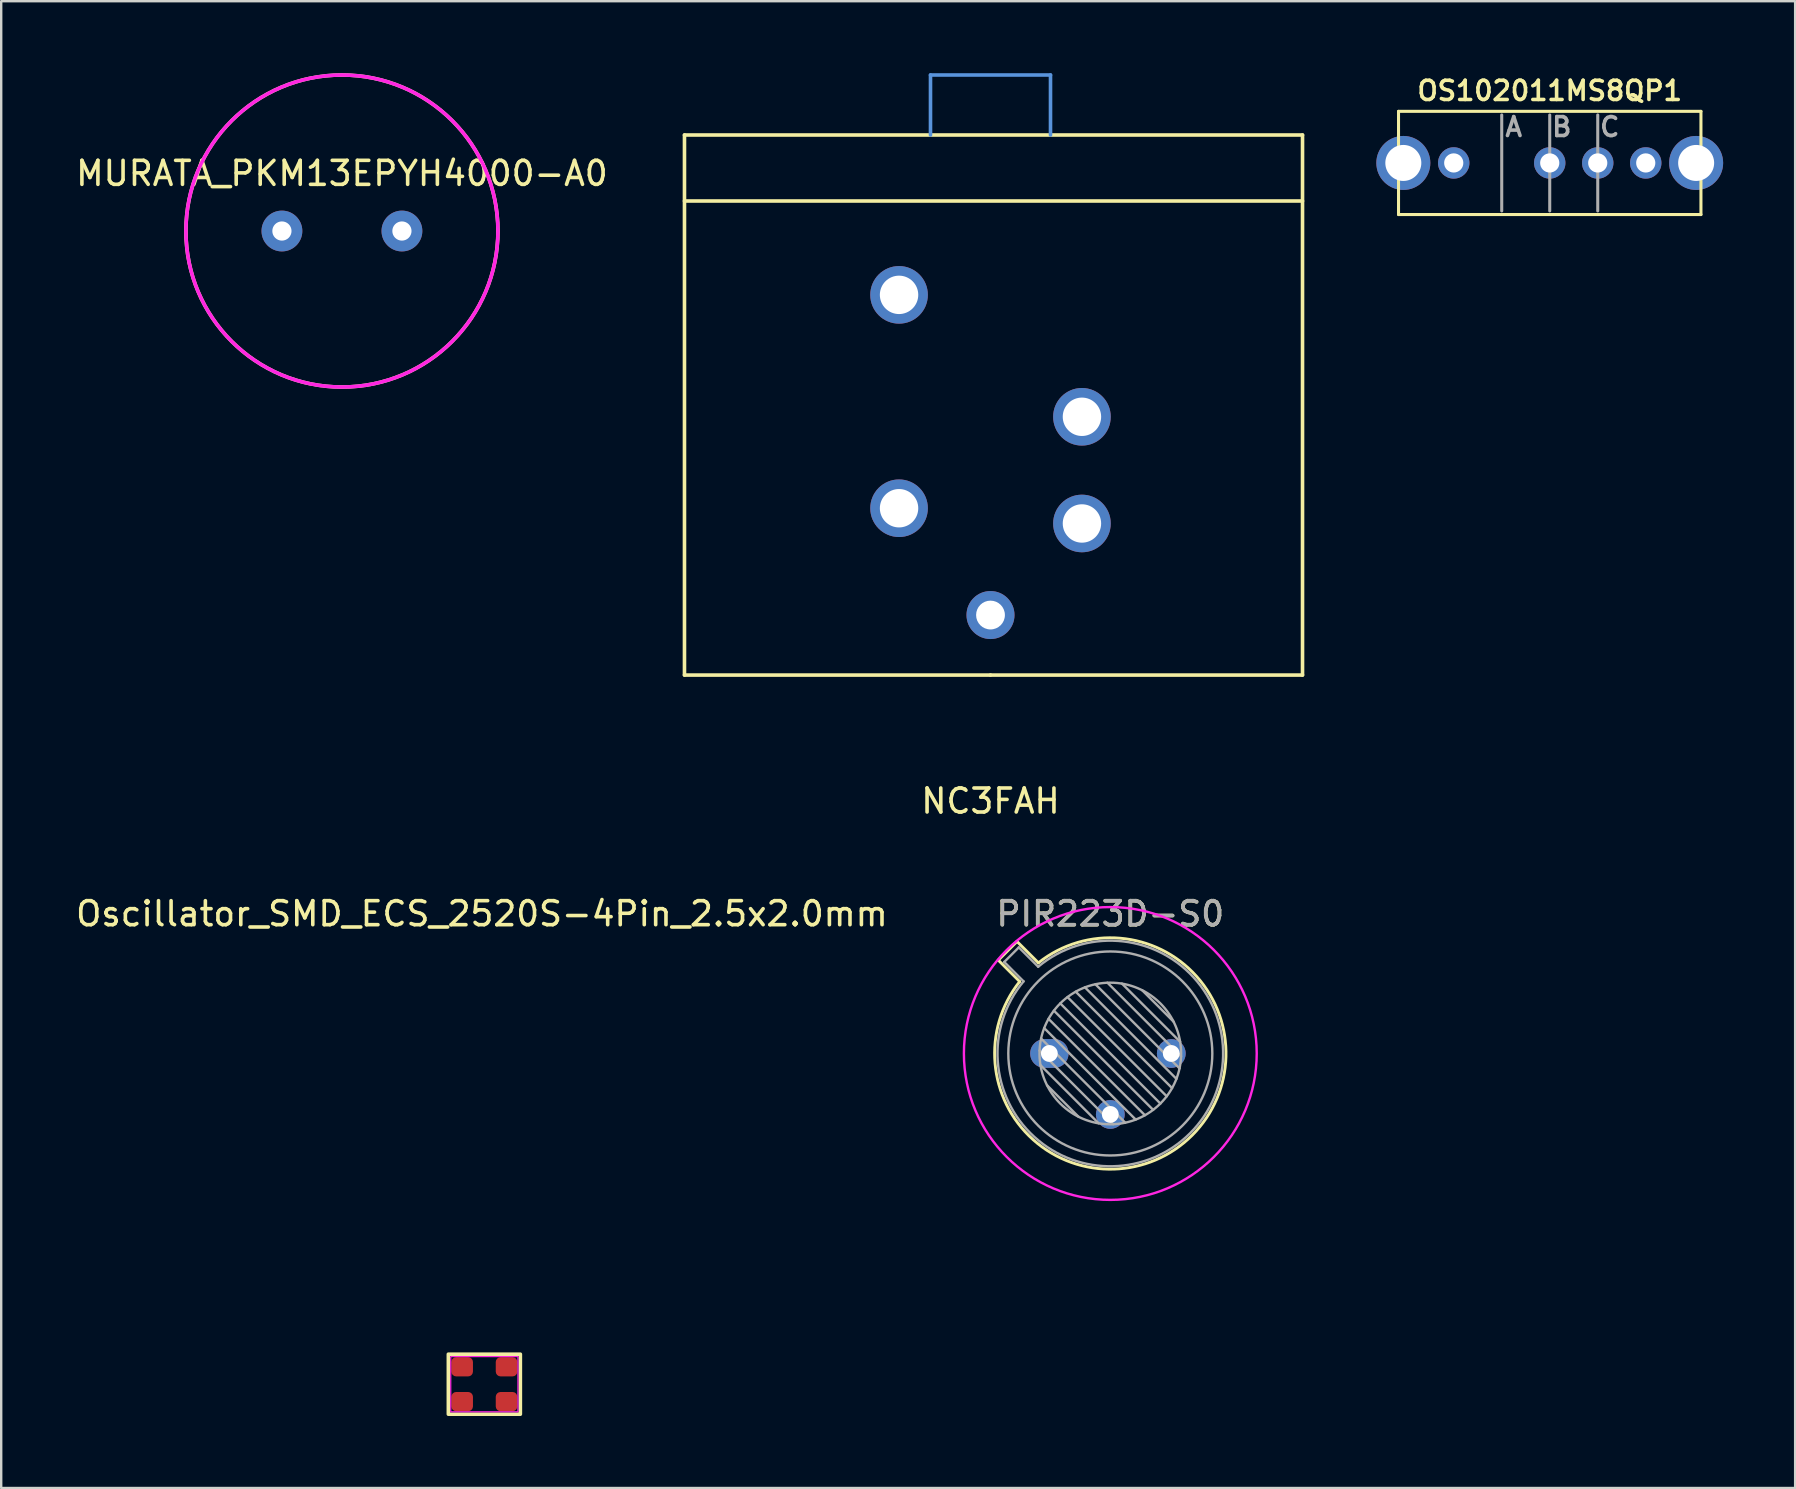
<source format=kicad_pcb>
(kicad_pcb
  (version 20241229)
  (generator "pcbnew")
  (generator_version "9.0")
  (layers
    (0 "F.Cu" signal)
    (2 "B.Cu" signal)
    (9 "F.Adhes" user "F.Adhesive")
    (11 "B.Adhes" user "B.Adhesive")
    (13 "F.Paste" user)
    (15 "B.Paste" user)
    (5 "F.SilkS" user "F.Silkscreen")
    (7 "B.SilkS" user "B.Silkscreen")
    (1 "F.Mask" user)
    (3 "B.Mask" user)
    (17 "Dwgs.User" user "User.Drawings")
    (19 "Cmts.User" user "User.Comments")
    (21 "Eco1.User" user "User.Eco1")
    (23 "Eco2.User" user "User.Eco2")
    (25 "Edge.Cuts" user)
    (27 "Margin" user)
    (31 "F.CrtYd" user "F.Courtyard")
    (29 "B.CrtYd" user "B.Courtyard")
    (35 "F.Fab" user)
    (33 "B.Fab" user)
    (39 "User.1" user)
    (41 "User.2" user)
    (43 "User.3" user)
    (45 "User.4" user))
  (footprint "PIR223D-S0"
    (layer "F.Cu")
    (at 40.67 40.842)
    (property "Reference" "PIR223D-S0" (at 2.54 -5.82 0) (layer "F.SilkS") (effects (font (size 1 1) (thickness 0.15))))
    (attr through_hole)
    (fp_line (start -2.126 -3.888) (end -1.235 -2.997) (stroke (width 0.12) (type solid)) (layer "F.SilkS"))
    (fp_line (start -1.348 -4.666) (end -2.126 -3.888) (stroke (width 0.12) (type solid)) (layer "F.SilkS"))
    (fp_line (start -0.457 -3.775) (end -1.348 -4.666) (stroke (width 0.12) (type solid)) (layer "F.SilkS"))
    (fp_arc (start -0.457084 -3.774902) (mid 5.948125 3.408384) (end -1.234674 -2.997371) (stroke (width 0.12) (type solid)) (layer "F.SilkS"))
    (fp_circle (center 2.54 0) (end 8.64 0) (stroke (width 0.1) (type solid)) (fill no) (layer "F.CrtYd"))
    (fp_line (start -1.88 -3.812) (end -1.074 -3.005) (stroke (width 0.1) (type solid)) (layer "F.Fab"))
    (fp_line (start -1.272 -4.42) (end -1.88 -3.812) (stroke (width 0.1) (type solid)) (layer "F.Fab"))
    (fp_line (start -0.465 -3.614) (end -1.272 -4.42) (stroke (width 0.1) (type solid)) (layer "F.Fab"))
    (fp_line (start -0.408 -0.12) (end 2.66 2.948) (stroke (width 0.1) (type solid)) (layer "F.Fab"))
    (fp_line (start -0.371 0.485) (end 2.055 2.911) (stroke (width 0.1) (type solid)) (layer "F.Fab"))
    (fp_line (start -0.344 -0.622) (end 3.162 2.884) (stroke (width 0.1) (type solid)) (layer "F.Fab"))
    (fp_line (start -0.215 -1.058) (end 3.598 2.755) (stroke (width 0.1) (type solid)) (layer "F.Fab"))
    (fp_line (start -0.097 1.324) (end 1.216 2.637) (stroke (width 0.1) (type solid)) (layer "F.Fab"))
    (fp_line (start -0.034 -1.443) (end 3.983 2.574) (stroke (width 0.1) (type solid)) (layer "F.Fab"))
    (fp_line (start 0.19 -1.784) (end 4.324 2.35) (stroke (width 0.1) (type solid)) (layer "F.Fab"))
    (fp_line (start 0.454 -2.086) (end 4.626 2.086) (stroke (width 0.1) (type solid)) (layer "F.Fab"))
    (fp_line (start 0.756 -2.35) (end 4.89 1.784) (stroke (width 0.1) (type solid)) (layer "F.Fab"))
    (fp_line (start 1.097 -2.574) (end 5.114 1.443) (stroke (width 0.1) (type solid)) (layer "F.Fab"))
    (fp_line (start 1.482 -2.755) (end 5.295 1.058) (stroke (width 0.1) (type solid)) (layer "F.Fab"))
    (fp_line (start 1.918 -2.884) (end 5.424 0.622) (stroke (width 0.1) (type solid)) (layer "F.Fab"))
    (fp_line (start 2.42 -2.948) (end 5.488 0.12) (stroke (width 0.1) (type solid)) (layer "F.Fab"))
    (fp_line (start 3.025 -2.911) (end 5.451 -0.485) (stroke (width 0.1) (type solid)) (layer "F.Fab"))
    (fp_line (start 3.864 -2.637) (end 5.177 -1.324) (stroke (width 0.1) (type solid)) (layer "F.Fab"))
    (fp_arc (start -0.465408 -3.61352) (mid 5.863443 3.323361) (end -1.073594 -3.005319) (stroke (width 0.1) (type solid)) (layer "F.Fab"))
    (fp_circle (center 2.54 0) (end 5.49 0) (stroke (width 0.1) (type solid)) (fill no) (layer "F.Fab"))
    (fp_circle (center 2.54 0) (end 6.79 0) (stroke (width 0.1) (type solid)) (fill no) (layer "F.Fab"))
    (fp_text user "${REFERENCE}" (at 2.54 -5.82 0) (layer "F.Fab") (effects (font (size 1 1) (thickness 0.15))))
    (pad "1" thru_hole oval (at 0 0) (size 1.6 1.2) (drill 0.7) (layers "*.Cu" "*.Mask"))
    (pad "2" thru_hole oval (at 2.54 2.54) (size 1.2 1.2) (drill 0.7) (layers "*.Cu" "*.Mask"))
    (pad "3" thru_hole oval (at 5.08 0) (size 1.2 1.2) (drill 0.7) (layers "*.Cu" "*.Mask")))
  (footprint "NC3FAH"
    (layer "F.Cu")
    (at 38.218 22.575)
    (property "Reference" "NC3FAH" (at 0 7.75 0) (layer "F.SilkS") (effects (font (size 1 1) (thickness 0.15))))
    (attr through_hole)
    (fp_line (start -12.75 -20) (end 13 -20) (stroke (width 0.15) (type solid)) (layer "F.SilkS"))
    (fp_line (start -12.75 -17.25) (end 13 -17.25) (stroke (width 0.15) (type solid)) (layer "F.SilkS"))
    (fp_line (start -12.75 2.5) (end -12.75 -20) (stroke (width 0.15) (type solid)) (layer "F.SilkS"))
    (fp_line (start 0 2.5) (end -12.75 2.5) (stroke (width 0.15) (type solid)) (layer "F.SilkS"))
    (fp_line (start 0 2.5) (end 13 2.5) (stroke (width 0.15) (type solid)) (layer "F.SilkS"))
    (fp_line (start 13 2.5) (end 13 -20) (stroke (width 0.15) (type solid)) (layer "F.SilkS"))
    (fp_line (start -2.5 -22.5) (end 2.5 -22.5) (stroke (width 0.15) (type solid)) (layer "Cmts.User"))
    (fp_line (start -2.5 -20) (end -2.5 -22.5) (stroke (width 0.15) (type solid)) (layer "Cmts.User"))
    (fp_line (start 2.5 -22.5) (end 2.5 -20) (stroke (width 0.15) (type solid)) (layer "Cmts.User"))
    (pad "" thru_hole circle (at -3.81 -13.34) (size 2.4 2.4) (drill 1.6) (layers "*.Cu" "*.Mask"))
    (pad "" thru_hole circle (at 3.81 -8.26) (size 2.4 2.4) (drill 1.6) (layers "*.Cu" "*.Mask"))
    (pad "1" thru_hole circle (at -3.81 -4.45) (size 2.4 2.4) (drill 1.6) (layers "*.Cu" "*.Mask"))
    (pad "2" thru_hole circle (at 3.81 -3.815) (size 2.4 2.4) (drill 1.6) (layers "*.Cu" "*.Mask"))
    (pad "3" thru_hole circle (at 0 0) (size 2 2) (drill 1.2) (layers "*.Cu" "*.Mask")))
  (footprint "MURATA_PKM13EPYH4000-A0"
    (layer "F.Cu")
    (at 11.196 6.575)
    (property "Reference" "MURATA_PKM13EPYH4000-A0" (at 0 -2.4 0) (layer "F.SilkS") (effects (font (size 1 1) (thickness 0.15))))
    (attr through_hole)
    (fp_circle (center 0 0) (end 6.5 0) (stroke (width 0.15) (type solid)) (fill no) (layer "F.SilkS"))
    (fp_circle (center 0 0) (end 6.5 0) (stroke (width 0.15) (type solid)) (fill no) (layer "F.CrtYd"))
    (pad "1" thru_hole circle (at -2.5 0) (size 1.7 1.7) (drill 0.8) (layers "*.Cu" "*.Mask"))
    (pad "2" thru_hole circle (at 2.5 0) (size 1.7 1.7) (drill 0.8) (layers "*.Cu" "*.Mask")))
  (footprint "Oscillator_SMD_ECS_2520S-4Pin_2.5x2.0mm"
    (layer "F.Cu")
    (at 17.13 54.621)
    (property "Reference" "Oscillator_SMD_ECS_2520S-4Pin_2.5x2.0mm" (at -0.1 -19.6 0) (unlocked yes) (layer "F.SilkS") (effects (font (size 1 1) (thickness 0.15))))
    (attr smd)
    (fp_rect (start -1.5 -1.25) (end 1.5 1.25) (stroke (width 0.15) (type solid)) (fill no) (layer "F.SilkS"))
    (fp_rect (start -1.4 -1.15) (end 1.4 1.15) (stroke (width 0.05) (type solid)) (fill no) (layer "F.CrtYd"))
    (pad "1" smd roundrect (at -0.925 -0.725) (size 0.9 0.8) (layers "F.Cu" "F.Mask" "F.Paste") (roundrect_rratio 0.25))
    (pad "2" smd roundrect (at 0.925 -0.725) (size 0.9 0.8) (layers "F.Cu" "F.Mask" "F.Paste") (roundrect_rratio 0.25))
    (pad "3" smd roundrect (at 0.925 0.725) (size 0.9 0.8) (layers "F.Cu" "F.Mask" "F.Paste") (roundrect_rratio 0.25))
    (pad "4" smd roundrect (at -0.925 0.725) (size 0.9 0.8) (layers "F.Cu" "F.Mask" "F.Paste") (roundrect_rratio 0.25)))
  (footprint "OS102011MS8QP1"
    (layer "F.Cu")
    (at 61.518 3.739)
    (property "Reference" "OS102011MS8QP1" (at 0 -3.008 0) (layer "F.SilkS") (effects (font (size 0.8 0.8) (thickness 0.15))))
    (attr through_hole)
    (fp_line (start -6.3 -2.15) (end 6.3 -2.15) (stroke (width 0.127) (type solid)) (layer "F.SilkS"))
    (fp_line (start -6.3 2.15) (end -6.3 -2.15) (stroke (width 0.127) (type solid)) (layer "F.SilkS"))
    (fp_line (start 6.3 -2.15) (end 6.3 2.15) (stroke (width 0.127) (type solid)) (layer "F.SilkS"))
    (fp_line (start 6.3 2.15) (end -6.3 2.15) (stroke (width 0.127) (type solid)) (layer "F.SilkS"))
    (fp_line (start -2 -2) (end -2 2) (stroke (width 0.127) (type solid)) (layer "F.Fab"))
    (fp_line (start 0 -2) (end 0 2) (stroke (width 0.127) (type solid)) (layer "F.Fab"))
    (fp_line (start 2 -2) (end 2 2) (stroke (width 0.127) (type solid)) (layer "F.Fab"))
    (fp_text user "C" (at 2.5 -1.5 0) (layer "F.Fab") (effects (font (size 0.787 0.787) (thickness 0.15))))
    (fp_text user "A" (at -1.5 -1.5 0) (layer "F.Fab") (effects (font (size 0.787 0.787) (thickness 0.15))))
    (fp_text user "B" (at 0.5 -1.5 0) (layer "F.Fab") (effects (font (size 0.787 0.787) (thickness 0.15))))
    (pad "1" thru_hole circle (at -4 0) (size 1.308 1.308) (drill 0.8) (layers "*.Cu" "*.Mask"))
    (pad "2" thru_hole circle (at 0 0) (size 1.308 1.308) (drill 0.8) (layers "*.Cu" "*.Mask"))
    (pad "3" thru_hole circle (at 2 0) (size 1.308 1.308) (drill 0.8) (layers "*.Cu" "*.Mask"))
    (pad "4" thru_hole circle (at 4 0) (size 1.308 1.308) (drill 0.8) (layers "*.Cu" "*.Mask"))
    (pad "MOUNT1" thru_hole circle (at -6.1 0) (size 2.25 2.25) (drill 1.5) (layers "*.Cu" "*.Mask"))
    (pad "MOUNT2" thru_hole circle (at 6.1 0) (size 2.25 2.25) (drill 1.5) (layers "*.Cu" "*.Mask")))
  (gr_rect
    (start -3 -3)
    (end 71.743 58.947)
    (stroke (width 0.1) (type default))
    (fill no)
    (layer "Edge.Cuts")))
</source>
